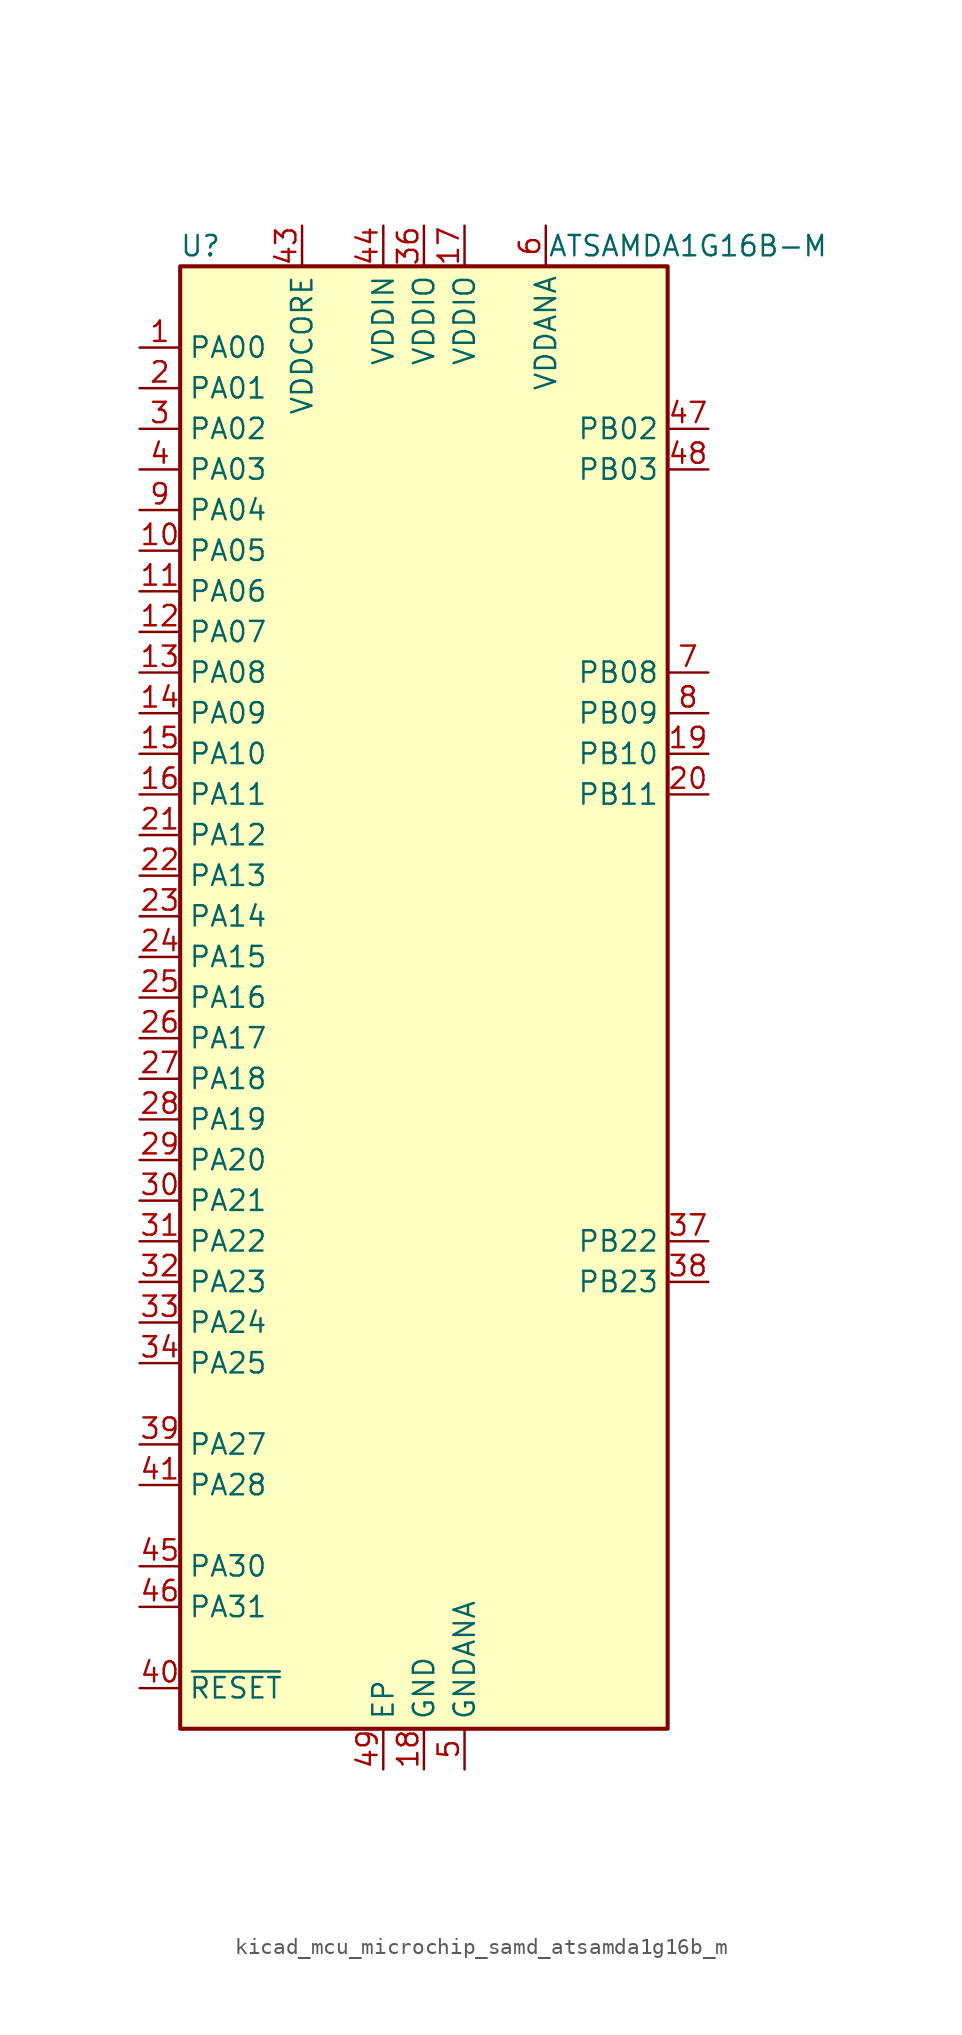
<source format=kicad_sym>
(kicad_symbol_lib
  (version 20220914)
  (generator kicad_symbol_editor)
  (symbol "kicad_mcu_microchip_samd_atsamda1g16b_m"
    (property "Reference" "U"
      (at -13.97 46.99 0)
      (effects (font (size 1.27 1.27))))
    (property "Value" "ATSAMDA1G16B-M"
      (at 16.51 46.99 0)
      (effects (font (size 1.27 1.27))))
    (symbol "kicad_mcu_microchip_samd_atsamda1g16b_m_0_1"
      (rectangle (start -15.24 45.72) (end 15.24 -45.72) (stroke (width 0.254) (type default)) (fill (type background))))
    (symbol "kicad_mcu_microchip_samd_atsamda1g16b_m_1_1"
      (pin bidirectional line (at -17.78 40.64 0) (length 2.54) (name "PA00" (effects (font (size 1.27 1.27)))) (number "1" (effects (font (size 1.27 1.27)))))
      (pin bidirectional line (at -17.78 27.94 0) (length 2.54) (name "PA05" (effects (font (size 1.27 1.27)))) (number "10" (effects (font (size 1.27 1.27)))))
      (pin bidirectional line (at -17.78 25.4 0) (length 2.54) (name "PA06" (effects (font (size 1.27 1.27)))) (number "11" (effects (font (size 1.27 1.27)))))
      (pin bidirectional line (at -17.78 22.86 0) (length 2.54) (name "PA07" (effects (font (size 1.27 1.27)))) (number "12" (effects (font (size 1.27 1.27)))))
      (pin bidirectional line (at -17.78 20.32 0) (length 2.54) (name "PA08" (effects (font (size 1.27 1.27)))) (number "13" (effects (font (size 1.27 1.27)))))
      (pin bidirectional line (at -17.78 17.78 0) (length 2.54) (name "PA09" (effects (font (size 1.27 1.27)))) (number "14" (effects (font (size 1.27 1.27)))))
      (pin bidirectional line (at -17.78 15.24 0) (length 2.54) (name "PA10" (effects (font (size 1.27 1.27)))) (number "15" (effects (font (size 1.27 1.27)))))
      (pin bidirectional line (at -17.78 12.7 0) (length 2.54) (name "PA11" (effects (font (size 1.27 1.27)))) (number "16" (effects (font (size 1.27 1.27)))))
      (pin power_in line (at 2.54 48.26 270) (length 2.54) (name "VDDIO" (effects (font (size 1.27 1.27)))) (number "17" (effects (font (size 1.27 1.27)))))
      (pin power_in line (at 0 -48.26 90) (length 2.54) (name "GND" (effects (font (size 1.27 1.27)))) (number "18" (effects (font (size 1.27 1.27)))))
      (pin bidirectional line (at 17.78 15.24 180) (length 2.54) (name "PB10" (effects (font (size 1.27 1.27)))) (number "19" (effects (font (size 1.27 1.27)))))
      (pin bidirectional line (at -17.78 38.1 0) (length 2.54) (name "PA01" (effects (font (size 1.27 1.27)))) (number "2" (effects (font (size 1.27 1.27)))))
      (pin bidirectional line (at 17.78 12.7 180) (length 2.54) (name "PB11" (effects (font (size 1.27 1.27)))) (number "20" (effects (font (size 1.27 1.27)))))
      (pin bidirectional line (at -17.78 10.16 0) (length 2.54) (name "PA12" (effects (font (size 1.27 1.27)))) (number "21" (effects (font (size 1.27 1.27)))))
      (pin bidirectional line (at -17.78 7.62 0) (length 2.54) (name "PA13" (effects (font (size 1.27 1.27)))) (number "22" (effects (font (size 1.27 1.27)))))
      (pin bidirectional line (at -17.78 5.08 0) (length 2.54) (name "PA14" (effects (font (size 1.27 1.27)))) (number "23" (effects (font (size 1.27 1.27)))))
      (pin bidirectional line (at -17.78 2.54 0) (length 2.54) (name "PA15" (effects (font (size 1.27 1.27)))) (number "24" (effects (font (size 1.27 1.27)))))
      (pin bidirectional line (at -17.78 0 0) (length 2.54) (name "PA16" (effects (font (size 1.27 1.27)))) (number "25" (effects (font (size 1.27 1.27)))))
      (pin bidirectional line (at -17.78 -2.54 0) (length 2.54) (name "PA17" (effects (font (size 1.27 1.27)))) (number "26" (effects (font (size 1.27 1.27)))))
      (pin bidirectional line (at -17.78 -5.08 0) (length 2.54) (name "PA18" (effects (font (size 1.27 1.27)))) (number "27" (effects (font (size 1.27 1.27)))))
      (pin bidirectional line (at -17.78 -7.62 0) (length 2.54) (name "PA19" (effects (font (size 1.27 1.27)))) (number "28" (effects (font (size 1.27 1.27)))))
      (pin bidirectional line (at -17.78 -10.16 0) (length 2.54) (name "PA20" (effects (font (size 1.27 1.27)))) (number "29" (effects (font (size 1.27 1.27)))))
      (pin bidirectional line (at -17.78 35.56 0) (length 2.54) (name "PA02" (effects (font (size 1.27 1.27)))) (number "3" (effects (font (size 1.27 1.27)))))
      (pin bidirectional line (at -17.78 -12.7 0) (length 2.54) (name "PA21" (effects (font (size 1.27 1.27)))) (number "30" (effects (font (size 1.27 1.27)))))
      (pin bidirectional line (at -17.78 -15.24 0) (length 2.54) (name "PA22" (effects (font (size 1.27 1.27)))) (number "31" (effects (font (size 1.27 1.27)))))
      (pin bidirectional line (at -17.78 -17.78 0) (length 2.54) (name "PA23" (effects (font (size 1.27 1.27)))) (number "32" (effects (font (size 1.27 1.27)))))
      (pin bidirectional line (at -17.78 -20.32 0) (length 2.54) (name "PA24" (effects (font (size 1.27 1.27)))) (number "33" (effects (font (size 1.27 1.27)))))
      (pin bidirectional line (at -17.78 -22.86 0) (length 2.54) (name "PA25" (effects (font (size 1.27 1.27)))) (number "34" (effects (font (size 1.27 1.27)))))
      (pin passive line (at 0 -48.26 90) (length 2.54) hide (name "GND" (effects (font (size 1.27 1.27)))) (number "35" (effects (font (size 1.27 1.27)))))
      (pin power_in line (at 0 48.26 270) (length 2.54) (name "VDDIO" (effects (font (size 1.27 1.27)))) (number "36" (effects (font (size 1.27 1.27)))))
      (pin bidirectional line (at 17.78 -15.24 180) (length 2.54) (name "PB22" (effects (font (size 1.27 1.27)))) (number "37" (effects (font (size 1.27 1.27)))))
      (pin bidirectional line (at 17.78 -17.78 180) (length 2.54) (name "PB23" (effects (font (size 1.27 1.27)))) (number "38" (effects (font (size 1.27 1.27)))))
      (pin bidirectional line (at -17.78 -27.94 0) (length 2.54) (name "PA27" (effects (font (size 1.27 1.27)))) (number "39" (effects (font (size 1.27 1.27)))))
      (pin bidirectional line (at -17.78 33.02 0) (length 2.54) (name "PA03" (effects (font (size 1.27 1.27)))) (number "4" (effects (font (size 1.27 1.27)))))
      (pin input line (at -17.78 -43.18 0) (length 2.54) (name "~{RESET}" (effects (font (size 1.27 1.27)))) (number "40" (effects (font (size 1.27 1.27)))))
      (pin bidirectional line (at -17.78 -30.48 0) (length 2.54) (name "PA28" (effects (font (size 1.27 1.27)))) (number "41" (effects (font (size 1.27 1.27)))))
      (pin passive line (at 0 -48.26 90) (length 2.54) hide (name "GND" (effects (font (size 1.27 1.27)))) (number "42" (effects (font (size 1.27 1.27)))))
      (pin power_out line (at -7.62 48.26 270) (length 2.54) (name "VDDCORE" (effects (font (size 1.27 1.27)))) (number "43" (effects (font (size 1.27 1.27)))))
      (pin power_in line (at -2.54 48.26 270) (length 2.54) (name "VDDIN" (effects (font (size 1.27 1.27)))) (number "44" (effects (font (size 1.27 1.27)))))
      (pin bidirectional line (at -17.78 -35.56 0) (length 2.54) (name "PA30" (effects (font (size 1.27 1.27)))) (number "45" (effects (font (size 1.27 1.27)))))
      (pin bidirectional line (at -17.78 -38.1 0) (length 2.54) (name "PA31" (effects (font (size 1.27 1.27)))) (number "46" (effects (font (size 1.27 1.27)))))
      (pin bidirectional line (at 17.78 35.56 180) (length 2.54) (name "PB02" (effects (font (size 1.27 1.27)))) (number "47" (effects (font (size 1.27 1.27)))))
      (pin bidirectional line (at 17.78 33.02 180) (length 2.54) (name "PB03" (effects (font (size 1.27 1.27)))) (number "48" (effects (font (size 1.27 1.27)))))
      (pin passive line (at -2.54 -48.26 90) (length 2.54) (name "EP" (effects (font (size 1.27 1.27)))) (number "49" (effects (font (size 1.27 1.27)))))
      (pin power_in line (at 2.54 -48.26 90) (length 2.54) (name "GNDANA" (effects (font (size 1.27 1.27)))) (number "5" (effects (font (size 1.27 1.27)))))
      (pin power_in line (at 7.62 48.26 270) (length 2.54) (name "VDDANA" (effects (font (size 1.27 1.27)))) (number "6" (effects (font (size 1.27 1.27)))))
      (pin bidirectional line (at 17.78 20.32 180) (length 2.54) (name "PB08" (effects (font (size 1.27 1.27)))) (number "7" (effects (font (size 1.27 1.27)))))
      (pin bidirectional line (at 17.78 17.78 180) (length 2.54) (name "PB09" (effects (font (size 1.27 1.27)))) (number "8" (effects (font (size 1.27 1.27)))))
      (pin bidirectional line (at -17.78 30.48 0) (length 2.54) (name "PA04" (effects (font (size 1.27 1.27)))) (number "9" (effects (font (size 1.27 1.27))))))))
</source>
